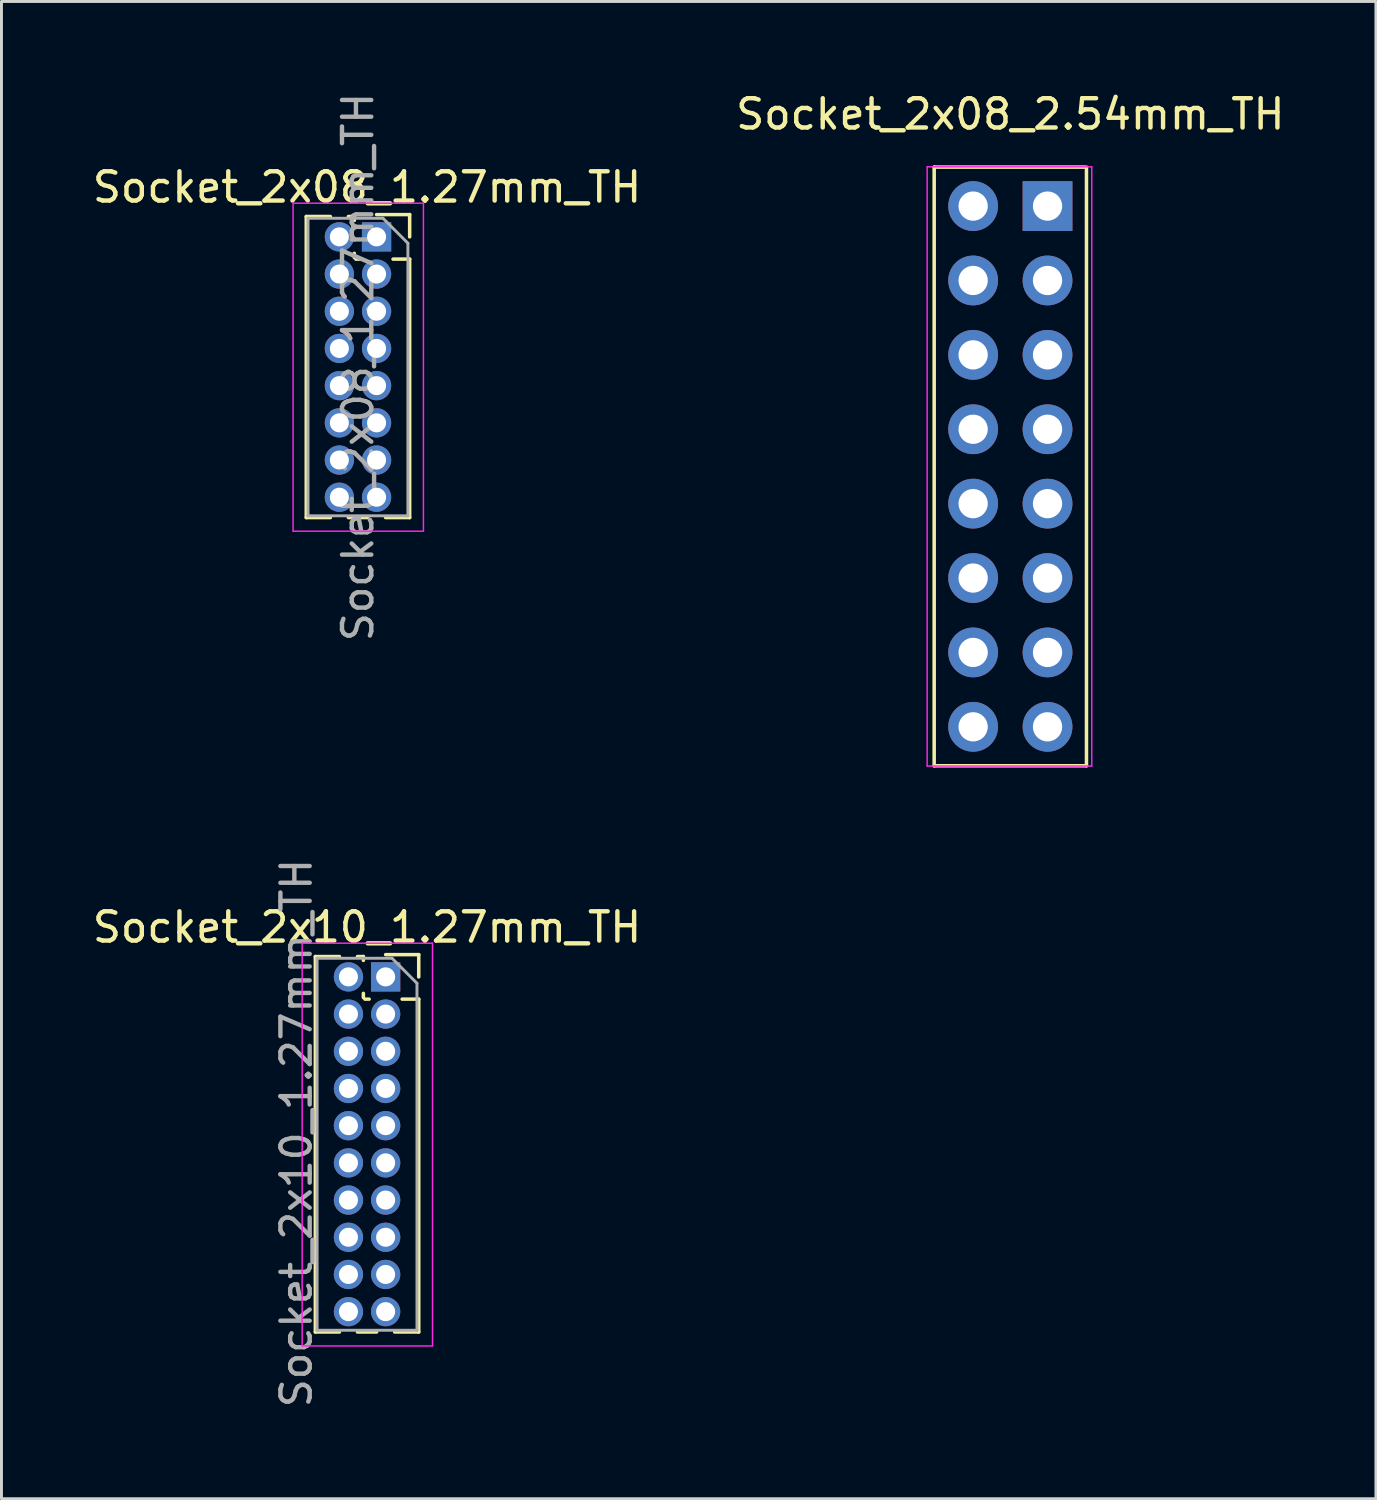
<source format=kicad_pcb>
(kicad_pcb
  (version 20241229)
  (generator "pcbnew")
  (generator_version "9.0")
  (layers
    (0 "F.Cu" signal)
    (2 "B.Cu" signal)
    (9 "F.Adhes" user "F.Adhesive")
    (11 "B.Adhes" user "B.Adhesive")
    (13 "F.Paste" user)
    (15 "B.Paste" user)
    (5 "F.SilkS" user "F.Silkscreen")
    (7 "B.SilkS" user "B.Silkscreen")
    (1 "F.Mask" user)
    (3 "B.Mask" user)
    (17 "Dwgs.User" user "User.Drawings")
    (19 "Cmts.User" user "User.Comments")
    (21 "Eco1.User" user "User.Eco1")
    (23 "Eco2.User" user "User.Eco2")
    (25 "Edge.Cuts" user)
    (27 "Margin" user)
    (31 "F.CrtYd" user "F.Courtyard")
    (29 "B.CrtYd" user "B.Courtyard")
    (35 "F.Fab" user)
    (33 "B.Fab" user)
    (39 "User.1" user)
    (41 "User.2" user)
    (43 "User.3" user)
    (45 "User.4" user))
  (footprint "Socket_2x08_2.54mm_TH"
    (layer "F.Cu")
    (at 31.416 12.876)
    (property "Reference" "Socket_2x08_2.54mm_TH" (at 0.03 -12.028 0) (layer "F.SilkS") (effects (font (size 1 1) (thickness 0.15))))
    (attr through_hole)
    (fp_line (start -2.57 -10.22) (end 2.57 -10.22) (stroke (width 0.12) (type solid)) (layer "F.SilkS"))
    (fp_line (start -2.57 10.22) (end -2.57 -10.22) (stroke (width 0.12) (type solid)) (layer "F.SilkS"))
    (fp_line (start 2.63 -10.22) (end 2.63 10.22) (stroke (width 0.12) (type solid)) (layer "F.SilkS"))
    (fp_line (start 2.63 10.22) (end -2.57 10.22) (stroke (width 0.12) (type solid)) (layer "F.SilkS"))
    (fp_line (start -2.81 -10.23) (end -2.81 10.23) (stroke (width 0.05) (type solid)) (layer "F.CrtYd"))
    (fp_line (start -2.81 -10.23) (end 2.81 -10.23) (stroke (width 0.05) (type solid)) (layer "F.CrtYd"))
    (fp_line (start -2.81 10.23) (end 2.81 10.23) (stroke (width 0.05) (type solid)) (layer "F.CrtYd"))
    (fp_line (start 2.81 -10.23) (end 2.81 10.23) (stroke (width 0.05) (type solid)) (layer "F.CrtYd"))
    (pad "1" thru_hole rect (at 1.3 -8.89) (size 1.7 1.7) (drill 1) (layers "*.Cu" "*.Mask"))
    (pad "2" thru_hole oval (at -1.24 -8.89) (size 1.7 1.7) (drill 1) (layers "*.Cu" "*.Mask"))
    (pad "3" thru_hole oval (at 1.3 -6.35) (size 1.7 1.7) (drill 1) (layers "*.Cu" "*.Mask"))
    (pad "4" thru_hole oval (at -1.24 -6.35) (size 1.7 1.7) (drill 1) (layers "*.Cu" "*.Mask"))
    (pad "5" thru_hole oval (at 1.3 -3.81) (size 1.7 1.7) (drill 1) (layers "*.Cu" "*.Mask"))
    (pad "6" thru_hole oval (at -1.24 -3.81) (size 1.7 1.7) (drill 1) (layers "*.Cu" "*.Mask"))
    (pad "7" thru_hole oval (at 1.3 -1.27) (size 1.7 1.7) (drill 1) (layers "*.Cu" "*.Mask"))
    (pad "8" thru_hole oval (at -1.24 -1.27) (size 1.7 1.7) (drill 1) (layers "*.Cu" "*.Mask"))
    (pad "9" thru_hole oval (at 1.3 1.27) (size 1.7 1.7) (drill 1) (layers "*.Cu" "*.Mask"))
    (pad "10" thru_hole oval (at -1.24 1.27) (size 1.7 1.7) (drill 1) (layers "*.Cu" "*.Mask"))
    (pad "11" thru_hole oval (at 1.3 3.81) (size 1.7 1.7) (drill 1) (layers "*.Cu" "*.Mask"))
    (pad "12" thru_hole oval (at -1.24 3.81) (size 1.7 1.7) (drill 1) (layers "*.Cu" "*.Mask"))
    (pad "13" thru_hole oval (at 1.3 6.35) (size 1.7 1.7) (drill 1) (layers "*.Cu" "*.Mask"))
    (pad "14" thru_hole oval (at -1.24 6.35) (size 1.7 1.7) (drill 1) (layers "*.Cu" "*.Mask"))
    (pad "15" thru_hole oval (at 1.3 8.89) (size 1.7 1.7) (drill 1) (layers "*.Cu" "*.Mask"))
    (pad "16" thru_hole oval (at -1.24 8.89) (size 1.7 1.7) (drill 1) (layers "*.Cu" "*.Mask")))
  (footprint "Socket_2x10_1.27mm_TH"
    (layer "F.Cu")
    (at 9.482 36.019)
    (property "Reference" "Socket_2x10_1.27mm_TH" (at 0 -7.41 0) (layer "F.SilkS") (effects (font (size 1 1) (thickness 0.15))))
    (attr through_hole)
    (fp_line (start -1.765 -6.41) (end -1.765 6.41) (stroke (width 0.12) (type solid)) (layer "F.SilkS"))
    (fp_line (start -0.943 -6.41) (end -1.765 -6.41) (stroke (width 0.12) (type solid)) (layer "F.SilkS"))
    (fp_line (start -0.943 6.41) (end -1.765 6.41) (stroke (width 0.12) (type solid)) (layer "F.SilkS"))
    (fp_line (start -0.125 -6.41) (end -0.327 -6.41) (stroke (width 0.12) (type solid)) (layer "F.SilkS"))
    (fp_line (start -0.125 -6.278) (end -0.125 -6.41) (stroke (width 0.12) (type solid)) (layer "F.SilkS"))
    (fp_line (start -0.125 -5.008) (end -0.125 -5.152) (stroke (width 0.12) (type solid)) (layer "F.SilkS"))
    (fp_line (start 0.072 -4.955) (end -0.072 -4.955) (stroke (width 0.12) (type solid)) (layer "F.SilkS"))
    (fp_line (start 0.327 6.41) (end -0.327 6.41) (stroke (width 0.12) (type solid)) (layer "F.SilkS"))
    (fp_line (start 1.765 -6.475) (end 0.635 -6.475) (stroke (width 0.12) (type solid)) (layer "F.SilkS"))
    (fp_line (start 1.765 -5.715) (end 1.765 -6.475) (stroke (width 0.12) (type solid)) (layer "F.SilkS"))
    (fp_line (start 1.765 -4.955) (end 1.198 -4.955) (stroke (width 0.12) (type solid)) (layer "F.SilkS"))
    (fp_line (start 1.765 -4.955) (end 1.765 6.41) (stroke (width 0.12) (type solid)) (layer "F.SilkS"))
    (fp_line (start 1.765 6.41) (end 0.943 6.41) (stroke (width 0.12) (type solid)) (layer "F.SilkS"))
    (fp_line (start -2.215 -6.865) (end 2.235 -6.865) (stroke (width 0.05) (type solid)) (layer "F.CrtYd"))
    (fp_line (start -2.215 6.885) (end -2.215 -6.865) (stroke (width 0.05) (type solid)) (layer "F.CrtYd"))
    (fp_line (start 2.235 -6.865) (end 2.235 6.885) (stroke (width 0.05) (type solid)) (layer "F.CrtYd"))
    (fp_line (start 2.235 6.885) (end -2.215 6.885) (stroke (width 0.05) (type solid)) (layer "F.CrtYd"))
    (fp_line (start -1.705 -6.35) (end -1.705 6.35) (stroke (width 0.1) (type solid)) (layer "F.Fab"))
    (fp_line (start -1.705 6.35) (end 1.705 6.35) (stroke (width 0.1) (type solid)) (layer "F.Fab"))
    (fp_line (start 0.853 -6.35) (end -1.705 -6.35) (stroke (width 0.1) (type solid)) (layer "F.Fab"))
    (fp_line (start 1.705 -5.497) (end 0.853 -6.35) (stroke (width 0.1) (type solid)) (layer "F.Fab"))
    (fp_line (start 1.705 6.35) (end 1.705 -5.497) (stroke (width 0.1) (type solid)) (layer "F.Fab"))
    (fp_text user "${REFERENCE}" (at -2.413 -0.381 90) (layer "F.Fab") (effects (font (size 1 1) (thickness 0.15))))
    (pad "1" thru_hole rect (at 0.635 -5.715) (size 1 1) (drill 0.65) (layers "*.Cu" "*.Mask"))
    (pad "2" thru_hole oval (at -0.635 -5.715) (size 1 1) (drill 0.65) (layers "*.Cu" "*.Mask"))
    (pad "3" thru_hole oval (at 0.635 -4.445) (size 1 1) (drill 0.65) (layers "*.Cu" "*.Mask"))
    (pad "4" thru_hole oval (at -0.635 -4.445) (size 1 1) (drill 0.65) (layers "*.Cu" "*.Mask"))
    (pad "5" thru_hole oval (at 0.635 -3.175) (size 1 1) (drill 0.65) (layers "*.Cu" "*.Mask"))
    (pad "6" thru_hole oval (at -0.635 -3.175) (size 1 1) (drill 0.65) (layers "*.Cu" "*.Mask"))
    (pad "7" thru_hole oval (at 0.635 -1.905) (size 1 1) (drill 0.65) (layers "*.Cu" "*.Mask"))
    (pad "8" thru_hole oval (at -0.635 -1.905) (size 1 1) (drill 0.65) (layers "*.Cu" "*.Mask"))
    (pad "9" thru_hole oval (at 0.635 -0.635) (size 1 1) (drill 0.65) (layers "*.Cu" "*.Mask"))
    (pad "10" thru_hole oval (at -0.635 -0.635) (size 1 1) (drill 0.65) (layers "*.Cu" "*.Mask"))
    (pad "11" thru_hole oval (at 0.635 0.635) (size 1 1) (drill 0.65) (layers "*.Cu" "*.Mask"))
    (pad "12" thru_hole oval (at -0.635 0.635) (size 1 1) (drill 0.65) (layers "*.Cu" "*.Mask"))
    (pad "13" thru_hole oval (at 0.635 1.905) (size 1 1) (drill 0.65) (layers "*.Cu" "*.Mask"))
    (pad "14" thru_hole oval (at -0.635 1.905) (size 1 1) (drill 0.65) (layers "*.Cu" "*.Mask"))
    (pad "15" thru_hole oval (at 0.635 3.175) (size 1 1) (drill 0.65) (layers "*.Cu" "*.Mask"))
    (pad "16" thru_hole oval (at -0.635 3.175) (size 1 1) (drill 0.65) (layers "*.Cu" "*.Mask"))
    (pad "17" thru_hole oval (at 0.635 4.445) (size 1 1) (drill 0.65) (layers "*.Cu" "*.Mask"))
    (pad "18" thru_hole oval (at -0.635 4.445) (size 1 1) (drill 0.65) (layers "*.Cu" "*.Mask"))
    (pad "19" thru_hole oval (at 0.635 5.715) (size 1 1) (drill 0.65) (layers "*.Cu" "*.Mask"))
    (pad "20" thru_hole oval (at -0.635 5.715) (size 1 1) (drill 0.65) (layers "*.Cu" "*.Mask")))
  (footprint "Socket_2x08_1.27mm_TH"
    (layer "F.Cu")
    (at 9.172 9.482)
    (property "Reference" "Socket_2x08_1.27mm_TH" (at 0.31 -6.14 0) (layer "F.SilkS") (effects (font (size 1 1) (thickness 0.15))))
    (attr through_hole)
    (fp_line (start -1.765 -5.14) (end -1.765 5.14) (stroke (width 0.12) (type solid)) (layer "F.SilkS"))
    (fp_line (start -0.943 -5.14) (end -1.765 -5.14) (stroke (width 0.12) (type solid)) (layer "F.SilkS"))
    (fp_line (start -0.943 5.14) (end -1.765 5.14) (stroke (width 0.12) (type solid)) (layer "F.SilkS"))
    (fp_line (start -0.125 -5.14) (end -0.327 -5.14) (stroke (width 0.12) (type solid)) (layer "F.SilkS"))
    (fp_line (start -0.125 -5.008) (end -0.125 -5.14) (stroke (width 0.12) (type solid)) (layer "F.SilkS"))
    (fp_line (start -0.125 -3.738) (end -0.125 -3.882) (stroke (width 0.12) (type solid)) (layer "F.SilkS"))
    (fp_line (start 0.072 -3.685) (end -0.072 -3.685) (stroke (width 0.12) (type solid)) (layer "F.SilkS"))
    (fp_line (start 0.327 5.14) (end -0.327 5.14) (stroke (width 0.12) (type solid)) (layer "F.SilkS"))
    (fp_line (start 1.765 -5.205) (end 0.635 -5.205) (stroke (width 0.12) (type solid)) (layer "F.SilkS"))
    (fp_line (start 1.765 -4.445) (end 1.765 -5.205) (stroke (width 0.12) (type solid)) (layer "F.SilkS"))
    (fp_line (start 1.765 -3.685) (end 1.198 -3.685) (stroke (width 0.12) (type solid)) (layer "F.SilkS"))
    (fp_line (start 1.765 -3.685) (end 1.765 5.14) (stroke (width 0.12) (type solid)) (layer "F.SilkS"))
    (fp_line (start 1.765 5.14) (end 0.943 5.14) (stroke (width 0.12) (type solid)) (layer "F.SilkS"))
    (fp_line (start -2.215 -5.595) (end 2.235 -5.595) (stroke (width 0.05) (type solid)) (layer "F.CrtYd"))
    (fp_line (start -2.215 5.605) (end -2.215 -5.595) (stroke (width 0.05) (type solid)) (layer "F.CrtYd"))
    (fp_line (start 2.235 -5.595) (end 2.235 5.605) (stroke (width 0.05) (type solid)) (layer "F.CrtYd"))
    (fp_line (start 2.235 5.605) (end -2.215 5.605) (stroke (width 0.05) (type solid)) (layer "F.CrtYd"))
    (fp_line (start -1.705 -5.08) (end -1.705 5.08) (stroke (width 0.1) (type solid)) (layer "F.Fab"))
    (fp_line (start -1.705 5.08) (end 1.705 5.08) (stroke (width 0.1) (type solid)) (layer "F.Fab"))
    (fp_line (start 0.853 -5.08) (end -1.705 -5.08) (stroke (width 0.1) (type solid)) (layer "F.Fab"))
    (fp_line (start 1.705 -4.228) (end 0.853 -5.08) (stroke (width 0.1) (type solid)) (layer "F.Fab"))
    (fp_line (start 1.705 5.08) (end 1.705 -4.228) (stroke (width 0.1) (type solid)) (layer "F.Fab"))
    (fp_text user "${REFERENCE}" (at 0 0 90) (layer "F.Fab") (effects (font (size 1 1) (thickness 0.15))))
    (pad "1" thru_hole rect (at 0.635 -4.445) (size 1 1) (drill 0.65) (layers "*.Cu" "*.Mask"))
    (pad "2" thru_hole oval (at -0.635 -4.445) (size 1 1) (drill 0.65) (layers "*.Cu" "*.Mask"))
    (pad "3" thru_hole oval (at 0.635 -3.175) (size 1 1) (drill 0.65) (layers "*.Cu" "*.Mask"))
    (pad "4" thru_hole oval (at -0.635 -3.175) (size 1 1) (drill 0.65) (layers "*.Cu" "*.Mask"))
    (pad "5" thru_hole oval (at 0.635 -1.905) (size 1 1) (drill 0.65) (layers "*.Cu" "*.Mask"))
    (pad "6" thru_hole oval (at -0.635 -1.905) (size 1 1) (drill 0.65) (layers "*.Cu" "*.Mask"))
    (pad "7" thru_hole oval (at 0.635 -0.635) (size 1 1) (drill 0.65) (layers "*.Cu" "*.Mask"))
    (pad "8" thru_hole oval (at -0.635 -0.635) (size 1 1) (drill 0.65) (layers "*.Cu" "*.Mask"))
    (pad "9" thru_hole oval (at 0.635 0.635) (size 1 1) (drill 0.65) (layers "*.Cu" "*.Mask"))
    (pad "10" thru_hole oval (at -0.635 0.635) (size 1 1) (drill 0.65) (layers "*.Cu" "*.Mask"))
    (pad "11" thru_hole oval (at 0.635 1.905) (size 1 1) (drill 0.65) (layers "*.Cu" "*.Mask"))
    (pad "12" thru_hole oval (at -0.635 1.905) (size 1 1) (drill 0.65) (layers "*.Cu" "*.Mask"))
    (pad "13" thru_hole oval (at 0.635 3.175) (size 1 1) (drill 0.65) (layers "*.Cu" "*.Mask"))
    (pad "14" thru_hole oval (at -0.635 3.175) (size 1 1) (drill 0.65) (layers "*.Cu" "*.Mask"))
    (pad "15" thru_hole oval (at 0.635 4.445) (size 1 1) (drill 0.65) (layers "*.Cu" "*.Mask"))
    (pad "16" thru_hole oval (at -0.635 4.445) (size 1 1) (drill 0.65) (layers "*.Cu" "*.Mask")))
  (gr_rect
    (start -3 -3)
    (end 43.929 48.121)
    (stroke (width 0.1) (type default))
    (fill no)
    (layer "Edge.Cuts")))
</source>
